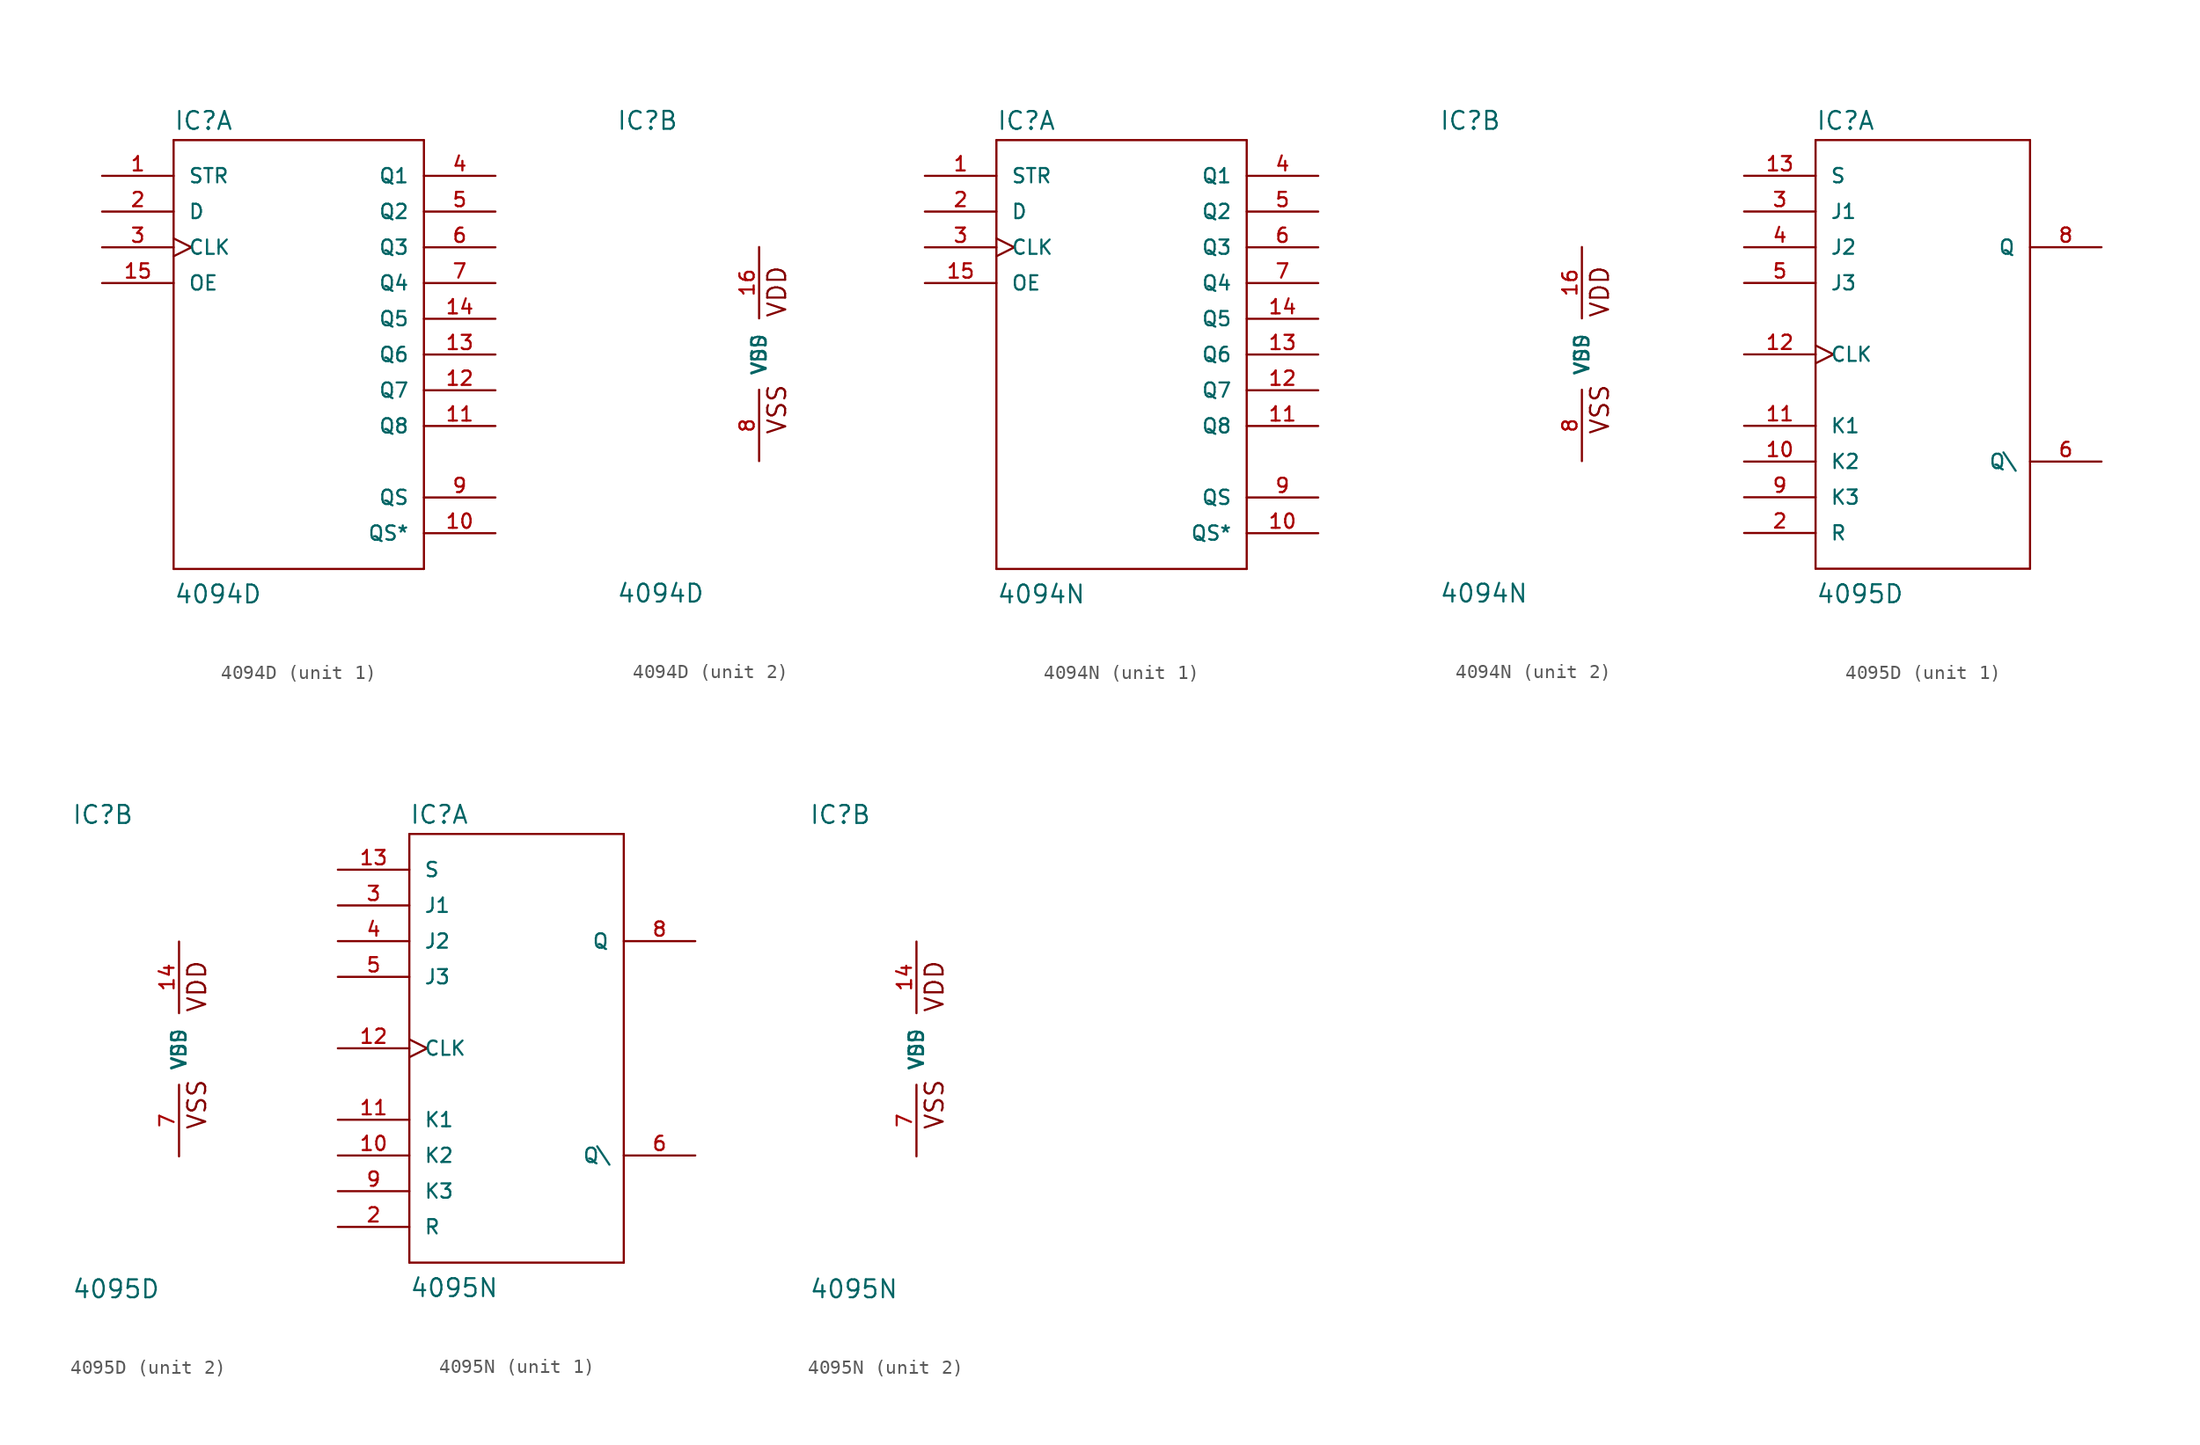
<source format=kicad_sym>
(kicad_symbol_lib
  (version 20211014)
  (generator kicad_symbol_editor)
  (symbol "4094D"
    (pin_names
      (offset 1.016))
    (property "Reference" "IC"
      (at -10.16 15.875 0)
      (effects (font (size 1.27 1.27)) (justify left bottom)))
    (property "Value" "4094D"
      (at -10.16 -17.78 0)
      (effects (font (size 1.27 1.27)) (justify left bottom)))
    (property "ki_locked" ""
      (at 0 0 0)
      (effects (font (size 1.27 1.27))))
    (symbol "4094D_1_0"
      (polyline (pts (xy -10.16 -15.24) (xy 7.62 -15.24)) (stroke (width 0) (type default) (color 0 0 0 0)) (fill (type none)))
      (polyline (pts (xy -10.16 15.24) (xy -10.16 -15.24)) (stroke (width 0) (type default) (color 0 0 0 0)) (fill (type none)))
      (polyline (pts (xy 7.62 -15.24) (xy 7.62 15.24)) (stroke (width 0) (type default) (color 0 0 0 0)) (fill (type none)))
      (polyline (pts (xy 7.62 15.24) (xy -10.16 15.24)) (stroke (width 0) (type default) (color 0 0 0 0)) (fill (type none))))
    (symbol "4094D_1_1"
      (pin input line (at -15.24 12.7 0) (length 5.08) (name "STR" (effects (font (size 1.016 1.016)))) (number "1" (effects (font (size 1.016 1.016)))))
      (pin output line (at 12.7 -12.7 180) (length 5.08) (name "QS*" (effects (font (size 1.016 1.016)))) (number "10" (effects (font (size 1.016 1.016)))))
      (pin output line (at 12.7 -5.08 180) (length 5.08) (name "Q8" (effects (font (size 1.016 1.016)))) (number "11" (effects (font (size 1.016 1.016)))))
      (pin output line (at 12.7 -2.54 180) (length 5.08) (name "Q7" (effects (font (size 1.016 1.016)))) (number "12" (effects (font (size 1.016 1.016)))))
      (pin output line (at 12.7 0 180) (length 5.08) (name "Q6" (effects (font (size 1.016 1.016)))) (number "13" (effects (font (size 1.016 1.016)))))
      (pin output line (at 12.7 2.54 180) (length 5.08) (name "Q5" (effects (font (size 1.016 1.016)))) (number "14" (effects (font (size 1.016 1.016)))))
      (pin input line (at -15.24 5.08 0) (length 5.08) (name "OE" (effects (font (size 1.016 1.016)))) (number "15" (effects (font (size 1.016 1.016)))))
      (pin input line (at -15.24 10.16 0) (length 5.08) (name "D" (effects (font (size 1.016 1.016)))) (number "2" (effects (font (size 1.016 1.016)))))
      (pin input clock (at -15.24 7.62 0) (length 5.08) (name "CLK" (effects (font (size 1.016 1.016)))) (number "3" (effects (font (size 1.016 1.016)))))
      (pin output line (at 12.7 12.7 180) (length 5.08) (name "Q1" (effects (font (size 1.016 1.016)))) (number "4" (effects (font (size 1.016 1.016)))))
      (pin output line (at 12.7 10.16 180) (length 5.08) (name "Q2" (effects (font (size 1.016 1.016)))) (number "5" (effects (font (size 1.016 1.016)))))
      (pin output line (at 12.7 7.62 180) (length 5.08) (name "Q3" (effects (font (size 1.016 1.016)))) (number "6" (effects (font (size 1.016 1.016)))))
      (pin output line (at 12.7 5.08 180) (length 5.08) (name "Q4" (effects (font (size 1.016 1.016)))) (number "7" (effects (font (size 1.016 1.016)))))
      (pin output line (at 12.7 -10.16 180) (length 5.08) (name "QS" (effects (font (size 1.016 1.016)))) (number "9" (effects (font (size 1.016 1.016))))))
    (symbol "4094D_2_0"
      (text "VDD" (at 1.27 4.445 1) (effects (font (size 1.27 1.27))))
      (text "VSS" (at 1.27 -3.937 1) (effects (font (size 1.27 1.27)))))
    (symbol "4094D_2_1"
      (pin power_in line (at 0 7.62 270) (length 5.08) (name "VDD" (effects (font (size 1.016 1.016)))) (number "16" (effects (font (size 1.016 1.016)))))
      (pin power_in line (at 0 -7.62 90) (length 5.08) (name "VSS" (effects (font (size 1.016 1.016)))) (number "8" (effects (font (size 1.016 1.016)))))))
  (symbol "4094N"
    (pin_names
      (offset 1.016))
    (property "Reference" "IC"
      (at -10.16 15.875 0)
      (effects (font (size 1.27 1.27)) (justify left bottom)))
    (property "Value" "4094N"
      (at -10.16 -17.78 0)
      (effects (font (size 1.27 1.27)) (justify left bottom)))
    (property "ki_locked" ""
      (at 0 0 0)
      (effects (font (size 1.27 1.27))))
    (symbol "4094N_1_0"
      (polyline (pts (xy -10.16 -15.24) (xy 7.62 -15.24)) (stroke (width 0) (type default) (color 0 0 0 0)) (fill (type none)))
      (polyline (pts (xy -10.16 15.24) (xy -10.16 -15.24)) (stroke (width 0) (type default) (color 0 0 0 0)) (fill (type none)))
      (polyline (pts (xy 7.62 -15.24) (xy 7.62 15.24)) (stroke (width 0) (type default) (color 0 0 0 0)) (fill (type none)))
      (polyline (pts (xy 7.62 15.24) (xy -10.16 15.24)) (stroke (width 0) (type default) (color 0 0 0 0)) (fill (type none))))
    (symbol "4094N_1_1"
      (pin input line (at -15.24 12.7 0) (length 5.08) (name "STR" (effects (font (size 1.016 1.016)))) (number "1" (effects (font (size 1.016 1.016)))))
      (pin output line (at 12.7 -12.7 180) (length 5.08) (name "QS*" (effects (font (size 1.016 1.016)))) (number "10" (effects (font (size 1.016 1.016)))))
      (pin output line (at 12.7 -5.08 180) (length 5.08) (name "Q8" (effects (font (size 1.016 1.016)))) (number "11" (effects (font (size 1.016 1.016)))))
      (pin output line (at 12.7 -2.54 180) (length 5.08) (name "Q7" (effects (font (size 1.016 1.016)))) (number "12" (effects (font (size 1.016 1.016)))))
      (pin output line (at 12.7 0 180) (length 5.08) (name "Q6" (effects (font (size 1.016 1.016)))) (number "13" (effects (font (size 1.016 1.016)))))
      (pin output line (at 12.7 2.54 180) (length 5.08) (name "Q5" (effects (font (size 1.016 1.016)))) (number "14" (effects (font (size 1.016 1.016)))))
      (pin input line (at -15.24 5.08 0) (length 5.08) (name "OE" (effects (font (size 1.016 1.016)))) (number "15" (effects (font (size 1.016 1.016)))))
      (pin input line (at -15.24 10.16 0) (length 5.08) (name "D" (effects (font (size 1.016 1.016)))) (number "2" (effects (font (size 1.016 1.016)))))
      (pin input clock (at -15.24 7.62 0) (length 5.08) (name "CLK" (effects (font (size 1.016 1.016)))) (number "3" (effects (font (size 1.016 1.016)))))
      (pin output line (at 12.7 12.7 180) (length 5.08) (name "Q1" (effects (font (size 1.016 1.016)))) (number "4" (effects (font (size 1.016 1.016)))))
      (pin output line (at 12.7 10.16 180) (length 5.08) (name "Q2" (effects (font (size 1.016 1.016)))) (number "5" (effects (font (size 1.016 1.016)))))
      (pin output line (at 12.7 7.62 180) (length 5.08) (name "Q3" (effects (font (size 1.016 1.016)))) (number "6" (effects (font (size 1.016 1.016)))))
      (pin output line (at 12.7 5.08 180) (length 5.08) (name "Q4" (effects (font (size 1.016 1.016)))) (number "7" (effects (font (size 1.016 1.016)))))
      (pin output line (at 12.7 -10.16 180) (length 5.08) (name "QS" (effects (font (size 1.016 1.016)))) (number "9" (effects (font (size 1.016 1.016))))))
    (symbol "4094N_2_0"
      (text "VDD" (at 1.27 4.445 1) (effects (font (size 1.27 1.27))))
      (text "VSS" (at 1.27 -3.937 1) (effects (font (size 1.27 1.27)))))
    (symbol "4094N_2_1"
      (pin power_in line (at 0 7.62 270) (length 5.08) (name "VDD" (effects (font (size 1.016 1.016)))) (number "16" (effects (font (size 1.016 1.016)))))
      (pin power_in line (at 0 -7.62 90) (length 5.08) (name "VSS" (effects (font (size 1.016 1.016)))) (number "8" (effects (font (size 1.016 1.016)))))))
  (symbol "4095D"
    (pin_names
      (offset 1.016))
    (property "Reference" "IC"
      (at -7.62 15.875 0)
      (effects (font (size 1.27 1.27)) (justify left bottom)))
    (property "Value" "4095D"
      (at -7.62 -17.78 0)
      (effects (font (size 1.27 1.27)) (justify left bottom)))
    (property "ki_locked" ""
      (at 0 0 0)
      (effects (font (size 1.27 1.27))))
    (symbol "4095D_1_0"
      (polyline (pts (xy -7.62 -15.24) (xy 7.62 -15.24)) (stroke (width 0) (type default) (color 0 0 0 0)) (fill (type none)))
      (polyline (pts (xy -7.62 15.24) (xy -7.62 -15.24)) (stroke (width 0) (type default) (color 0 0 0 0)) (fill (type none)))
      (polyline (pts (xy 7.62 -15.24) (xy 7.62 15.24)) (stroke (width 0) (type default) (color 0 0 0 0)) (fill (type none)))
      (polyline (pts (xy 7.62 15.24) (xy -7.62 15.24)) (stroke (width 0) (type default) (color 0 0 0 0)) (fill (type none))))
    (symbol "4095D_1_1"
      (pin input line (at -12.7 -7.62 0) (length 5.08) (name "K2" (effects (font (size 1.016 1.016)))) (number "10" (effects (font (size 1.016 1.016)))))
      (pin input line (at -12.7 -5.08 0) (length 5.08) (name "K1" (effects (font (size 1.016 1.016)))) (number "11" (effects (font (size 1.016 1.016)))))
      (pin input clock (at -12.7 0 0) (length 5.08) (name "CLK" (effects (font (size 1.016 1.016)))) (number "12" (effects (font (size 1.016 1.016)))))
      (pin input line (at -12.7 12.7 0) (length 5.08) (name "S" (effects (font (size 1.016 1.016)))) (number "13" (effects (font (size 1.016 1.016)))))
      (pin input line (at -12.7 -12.7 0) (length 5.08) (name "R" (effects (font (size 1.016 1.016)))) (number "2" (effects (font (size 1.016 1.016)))))
      (pin input line (at -12.7 10.16 0) (length 5.08) (name "J1" (effects (font (size 1.016 1.016)))) (number "3" (effects (font (size 1.016 1.016)))))
      (pin input line (at -12.7 7.62 0) (length 5.08) (name "J2" (effects (font (size 1.016 1.016)))) (number "4" (effects (font (size 1.016 1.016)))))
      (pin input line (at -12.7 5.08 0) (length 5.08) (name "J3" (effects (font (size 1.016 1.016)))) (number "5" (effects (font (size 1.016 1.016)))))
      (pin output line (at 12.7 -7.62 180) (length 5.08) (name "Q\\" (effects (font (size 1.016 1.016)))) (number "6" (effects (font (size 1.016 1.016)))))
      (pin output line (at 12.7 7.62 180) (length 5.08) (name "Q" (effects (font (size 1.016 1.016)))) (number "8" (effects (font (size 1.016 1.016)))))
      (pin input line (at -12.7 -10.16 0) (length 5.08) (name "K3" (effects (font (size 1.016 1.016)))) (number "9" (effects (font (size 1.016 1.016))))))
    (symbol "4095D_2_0"
      (text "VDD" (at 1.27 4.445 1) (effects (font (size 1.27 1.27))))
      (text "VSS" (at 1.27 -3.937 1) (effects (font (size 1.27 1.27)))))
    (symbol "4095D_2_1"
      (pin power_in line (at 0 7.62 270) (length 5.08) (name "VDD" (effects (font (size 1.016 1.016)))) (number "14" (effects (font (size 1.016 1.016)))))
      (pin power_in line (at 0 -7.62 90) (length 5.08) (name "VSS" (effects (font (size 1.016 1.016)))) (number "7" (effects (font (size 1.016 1.016)))))))
  (symbol "4095N"
    (pin_names
      (offset 1.016))
    (property "Reference" "IC"
      (at -7.62 15.875 0)
      (effects (font (size 1.27 1.27)) (justify left bottom)))
    (property "Value" "4095N"
      (at -7.62 -17.78 0)
      (effects (font (size 1.27 1.27)) (justify left bottom)))
    (property "ki_locked" ""
      (at 0 0 0)
      (effects (font (size 1.27 1.27))))
    (symbol "4095N_1_0"
      (polyline (pts (xy -7.62 -15.24) (xy 7.62 -15.24)) (stroke (width 0) (type default) (color 0 0 0 0)) (fill (type none)))
      (polyline (pts (xy -7.62 15.24) (xy -7.62 -15.24)) (stroke (width 0) (type default) (color 0 0 0 0)) (fill (type none)))
      (polyline (pts (xy 7.62 -15.24) (xy 7.62 15.24)) (stroke (width 0) (type default) (color 0 0 0 0)) (fill (type none)))
      (polyline (pts (xy 7.62 15.24) (xy -7.62 15.24)) (stroke (width 0) (type default) (color 0 0 0 0)) (fill (type none))))
    (symbol "4095N_1_1"
      (pin input line (at -12.7 -7.62 0) (length 5.08) (name "K2" (effects (font (size 1.016 1.016)))) (number "10" (effects (font (size 1.016 1.016)))))
      (pin input line (at -12.7 -5.08 0) (length 5.08) (name "K1" (effects (font (size 1.016 1.016)))) (number "11" (effects (font (size 1.016 1.016)))))
      (pin input clock (at -12.7 0 0) (length 5.08) (name "CLK" (effects (font (size 1.016 1.016)))) (number "12" (effects (font (size 1.016 1.016)))))
      (pin input line (at -12.7 12.7 0) (length 5.08) (name "S" (effects (font (size 1.016 1.016)))) (number "13" (effects (font (size 1.016 1.016)))))
      (pin input line (at -12.7 -12.7 0) (length 5.08) (name "R" (effects (font (size 1.016 1.016)))) (number "2" (effects (font (size 1.016 1.016)))))
      (pin input line (at -12.7 10.16 0) (length 5.08) (name "J1" (effects (font (size 1.016 1.016)))) (number "3" (effects (font (size 1.016 1.016)))))
      (pin input line (at -12.7 7.62 0) (length 5.08) (name "J2" (effects (font (size 1.016 1.016)))) (number "4" (effects (font (size 1.016 1.016)))))
      (pin input line (at -12.7 5.08 0) (length 5.08) (name "J3" (effects (font (size 1.016 1.016)))) (number "5" (effects (font (size 1.016 1.016)))))
      (pin output line (at 12.7 -7.62 180) (length 5.08) (name "Q\\" (effects (font (size 1.016 1.016)))) (number "6" (effects (font (size 1.016 1.016)))))
      (pin output line (at 12.7 7.62 180) (length 5.08) (name "Q" (effects (font (size 1.016 1.016)))) (number "8" (effects (font (size 1.016 1.016)))))
      (pin input line (at -12.7 -10.16 0) (length 5.08) (name "K3" (effects (font (size 1.016 1.016)))) (number "9" (effects (font (size 1.016 1.016))))))
    (symbol "4095N_2_0"
      (text "VDD" (at 1.27 4.445 1) (effects (font (size 1.27 1.27))))
      (text "VSS" (at 1.27 -3.937 1) (effects (font (size 1.27 1.27)))))
    (symbol "4095N_2_1"
      (pin power_in line (at 0 7.62 270) (length 5.08) (name "VDD" (effects (font (size 1.016 1.016)))) (number "14" (effects (font (size 1.016 1.016)))))
      (pin power_in line (at 0 -7.62 90) (length 5.08) (name "VSS" (effects (font (size 1.016 1.016)))) (number "7" (effects (font (size 1.016 1.016))))))))
</source>
